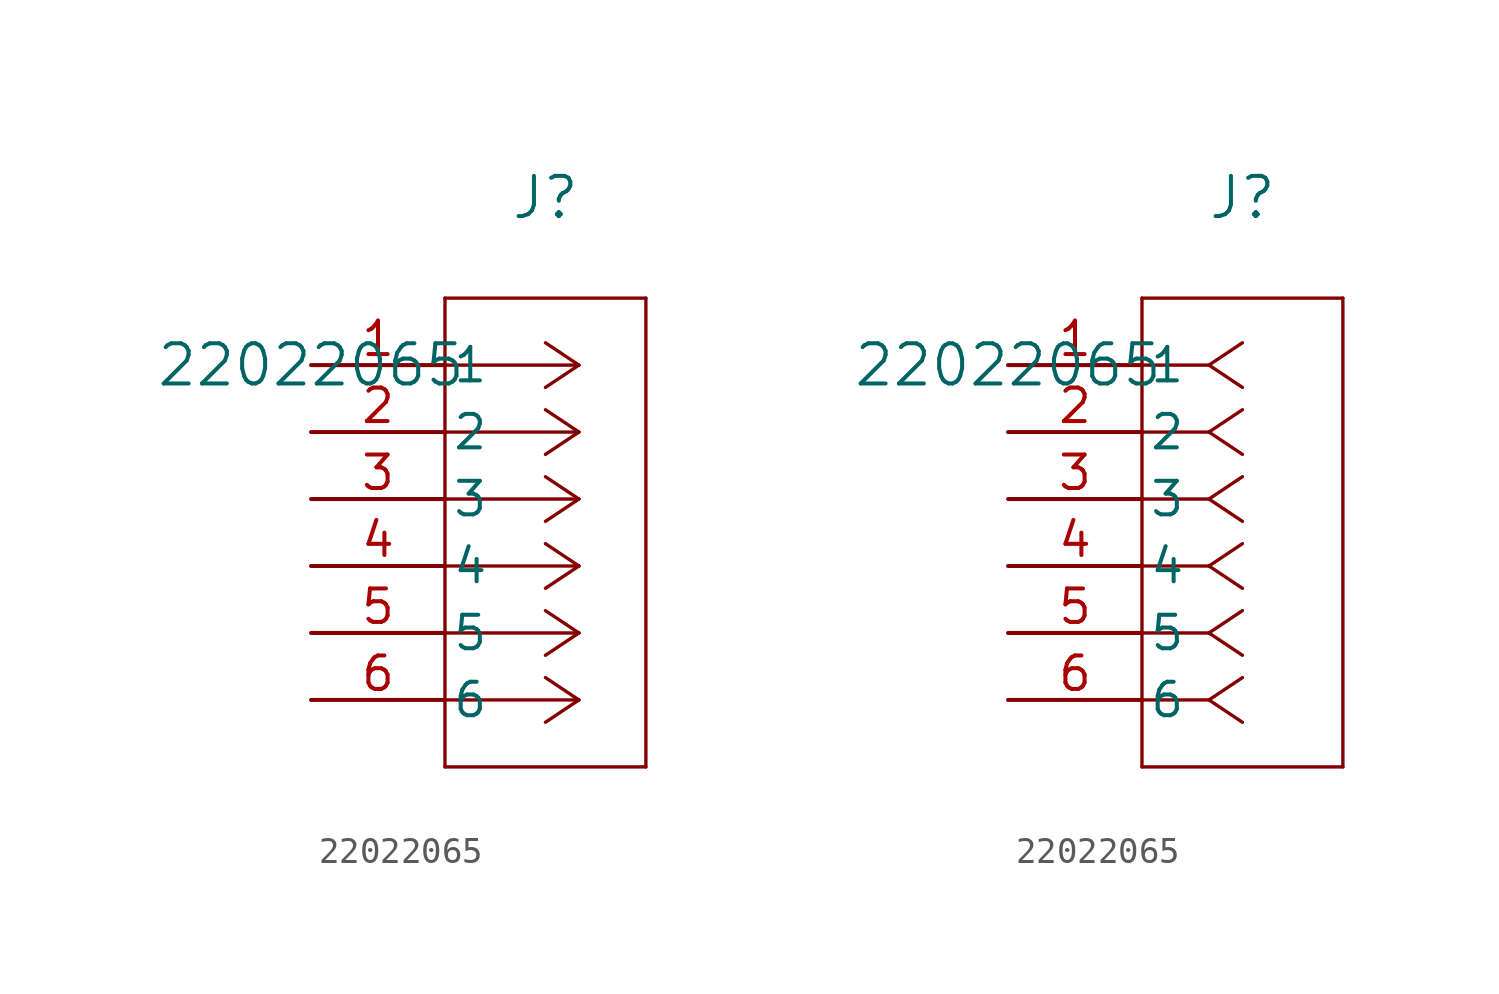
<source format=kicad_sym>
(kicad_symbol_lib
  (version 20211014)
  (generator kicad_symbol_editor)
  (symbol "22022065"
    (pin_names
      (offset 0.254))
    (property "Reference" "J"
      (at 8.89 6.35 0)
      (effects (font (size 1.524 1.524))))
    (property "Value" "22022065"
      (at 0 0 0)
      (effects (font (size 1.524 1.524))))
    (symbol "22022065_1_1"
      (polyline (pts (xy 10.16 0) (xy 5.08 0)) (stroke (width 0.127) (type default) (color 0 0 0 0)) (fill (type none)))
      (polyline (pts (xy 10.16 -2.54) (xy 5.08 -2.54)) (stroke (width 0.127) (type default) (color 0 0 0 0)) (fill (type none)))
      (polyline (pts (xy 10.16 -5.08) (xy 5.08 -5.08)) (stroke (width 0.127) (type default) (color 0 0 0 0)) (fill (type none)))
      (polyline (pts (xy 10.16 -7.62) (xy 5.08 -7.62)) (stroke (width 0.127) (type default) (color 0 0 0 0)) (fill (type none)))
      (polyline (pts (xy 10.16 -10.16) (xy 5.08 -10.16)) (stroke (width 0.127) (type default) (color 0 0 0 0)) (fill (type none)))
      (polyline (pts (xy 10.16 -12.7) (xy 5.08 -12.7)) (stroke (width 0.127) (type default) (color 0 0 0 0)) (fill (type none)))
      (polyline (pts (xy 10.16 0) (xy 8.89 0.847)) (stroke (width 0.127) (type default) (color 0 0 0 0)) (fill (type none)))
      (polyline (pts (xy 10.16 -2.54) (xy 8.89 -1.693)) (stroke (width 0.127) (type default) (color 0 0 0 0)) (fill (type none)))
      (polyline (pts (xy 10.16 -5.08) (xy 8.89 -4.233)) (stroke (width 0.127) (type default) (color 0 0 0 0)) (fill (type none)))
      (polyline (pts (xy 10.16 -7.62) (xy 8.89 -6.773)) (stroke (width 0.127) (type default) (color 0 0 0 0)) (fill (type none)))
      (polyline (pts (xy 10.16 -10.16) (xy 8.89 -9.313)) (stroke (width 0.127) (type default) (color 0 0 0 0)) (fill (type none)))
      (polyline (pts (xy 10.16 -12.7) (xy 8.89 -11.853)) (stroke (width 0.127) (type default) (color 0 0 0 0)) (fill (type none)))
      (polyline (pts (xy 10.16 0) (xy 8.89 -0.847)) (stroke (width 0.127) (type default) (color 0 0 0 0)) (fill (type none)))
      (polyline (pts (xy 10.16 -2.54) (xy 8.89 -3.387)) (stroke (width 0.127) (type default) (color 0 0 0 0)) (fill (type none)))
      (polyline (pts (xy 10.16 -5.08) (xy 8.89 -5.927)) (stroke (width 0.127) (type default) (color 0 0 0 0)) (fill (type none)))
      (polyline (pts (xy 10.16 -7.62) (xy 8.89 -8.467)) (stroke (width 0.127) (type default) (color 0 0 0 0)) (fill (type none)))
      (polyline (pts (xy 10.16 -10.16) (xy 8.89 -11.007)) (stroke (width 0.127) (type default) (color 0 0 0 0)) (fill (type none)))
      (polyline (pts (xy 10.16 -12.7) (xy 8.89 -13.547)) (stroke (width 0.127) (type default) (color 0 0 0 0)) (fill (type none)))
      (polyline (pts (xy 5.08 2.54) (xy 5.08 -15.24)) (stroke (width 0.127) (type default) (color 0 0 0 0)) (fill (type none)))
      (polyline (pts (xy 5.08 -15.24) (xy 12.7 -15.24)) (stroke (width 0.127) (type default) (color 0 0 0 0)) (fill (type none)))
      (polyline (pts (xy 12.7 -15.24) (xy 12.7 2.54)) (stroke (width 0.127) (type default) (color 0 0 0 0)) (fill (type none)))
      (polyline (pts (xy 12.7 2.54) (xy 5.08 2.54)) (stroke (width 0.127) (type default) (color 0 0 0 0)) (fill (type none)))
      (pin passive line (at 0 0 0) (length 5.08) (name "1" (effects (font (size 1.27 1.27)))) (number "1" (effects (font (size 1.27 1.27)))))
      (pin passive line (at 0 -2.54 0) (length 5.08) (name "2" (effects (font (size 1.27 1.27)))) (number "2" (effects (font (size 1.27 1.27)))))
      (pin passive line (at 0 -5.08 0) (length 5.08) (name "3" (effects (font (size 1.27 1.27)))) (number "3" (effects (font (size 1.27 1.27)))))
      (pin passive line (at 0 -7.62 0) (length 5.08) (name "4" (effects (font (size 1.27 1.27)))) (number "4" (effects (font (size 1.27 1.27)))))
      (pin passive line (at 0 -10.16 0) (length 5.08) (name "5" (effects (font (size 1.27 1.27)))) (number "5" (effects (font (size 1.27 1.27)))))
      (pin passive line (at 0 -12.7 0) (length 5.08) (name "6" (effects (font (size 1.27 1.27)))) (number "6" (effects (font (size 1.27 1.27))))))
    (symbol "22022065_1_2"
      (polyline (pts (xy 7.62 0) (xy 5.08 0)) (stroke (width 0.127) (type default) (color 0 0 0 0)) (fill (type none)))
      (polyline (pts (xy 7.62 -2.54) (xy 5.08 -2.54)) (stroke (width 0.127) (type default) (color 0 0 0 0)) (fill (type none)))
      (polyline (pts (xy 7.62 -5.08) (xy 5.08 -5.08)) (stroke (width 0.127) (type default) (color 0 0 0 0)) (fill (type none)))
      (polyline (pts (xy 7.62 -7.62) (xy 5.08 -7.62)) (stroke (width 0.127) (type default) (color 0 0 0 0)) (fill (type none)))
      (polyline (pts (xy 7.62 -10.16) (xy 5.08 -10.16)) (stroke (width 0.127) (type default) (color 0 0 0 0)) (fill (type none)))
      (polyline (pts (xy 7.62 -12.7) (xy 5.08 -12.7)) (stroke (width 0.127) (type default) (color 0 0 0 0)) (fill (type none)))
      (polyline (pts (xy 7.62 0) (xy 8.89 0.847)) (stroke (width 0.127) (type default) (color 0 0 0 0)) (fill (type none)))
      (polyline (pts (xy 7.62 -2.54) (xy 8.89 -1.693)) (stroke (width 0.127) (type default) (color 0 0 0 0)) (fill (type none)))
      (polyline (pts (xy 7.62 -5.08) (xy 8.89 -4.233)) (stroke (width 0.127) (type default) (color 0 0 0 0)) (fill (type none)))
      (polyline (pts (xy 7.62 -7.62) (xy 8.89 -6.773)) (stroke (width 0.127) (type default) (color 0 0 0 0)) (fill (type none)))
      (polyline (pts (xy 7.62 -10.16) (xy 8.89 -9.313)) (stroke (width 0.127) (type default) (color 0 0 0 0)) (fill (type none)))
      (polyline (pts (xy 7.62 -12.7) (xy 8.89 -11.853)) (stroke (width 0.127) (type default) (color 0 0 0 0)) (fill (type none)))
      (polyline (pts (xy 7.62 0) (xy 8.89 -0.847)) (stroke (width 0.127) (type default) (color 0 0 0 0)) (fill (type none)))
      (polyline (pts (xy 7.62 -2.54) (xy 8.89 -3.387)) (stroke (width 0.127) (type default) (color 0 0 0 0)) (fill (type none)))
      (polyline (pts (xy 7.62 -5.08) (xy 8.89 -5.927)) (stroke (width 0.127) (type default) (color 0 0 0 0)) (fill (type none)))
      (polyline (pts (xy 7.62 -7.62) (xy 8.89 -8.467)) (stroke (width 0.127) (type default) (color 0 0 0 0)) (fill (type none)))
      (polyline (pts (xy 7.62 -10.16) (xy 8.89 -11.007)) (stroke (width 0.127) (type default) (color 0 0 0 0)) (fill (type none)))
      (polyline (pts (xy 7.62 -12.7) (xy 8.89 -13.547)) (stroke (width 0.127) (type default) (color 0 0 0 0)) (fill (type none)))
      (polyline (pts (xy 5.08 2.54) (xy 5.08 -15.24)) (stroke (width 0.127) (type default) (color 0 0 0 0)) (fill (type none)))
      (polyline (pts (xy 5.08 -15.24) (xy 12.7 -15.24)) (stroke (width 0.127) (type default) (color 0 0 0 0)) (fill (type none)))
      (polyline (pts (xy 12.7 -15.24) (xy 12.7 2.54)) (stroke (width 0.127) (type default) (color 0 0 0 0)) (fill (type none)))
      (polyline (pts (xy 12.7 2.54) (xy 5.08 2.54)) (stroke (width 0.127) (type default) (color 0 0 0 0)) (fill (type none)))
      (pin passive line (at 0 0 0) (length 5.08) (name "1" (effects (font (size 1.27 1.27)))) (number "1" (effects (font (size 1.27 1.27)))))
      (pin passive line (at 0 -2.54 0) (length 5.08) (name "2" (effects (font (size 1.27 1.27)))) (number "2" (effects (font (size 1.27 1.27)))))
      (pin passive line (at 0 -5.08 0) (length 5.08) (name "3" (effects (font (size 1.27 1.27)))) (number "3" (effects (font (size 1.27 1.27)))))
      (pin passive line (at 0 -7.62 0) (length 5.08) (name "4" (effects (font (size 1.27 1.27)))) (number "4" (effects (font (size 1.27 1.27)))))
      (pin passive line (at 0 -10.16 0) (length 5.08) (name "5" (effects (font (size 1.27 1.27)))) (number "5" (effects (font (size 1.27 1.27)))))
      (pin passive line (at 0 -12.7 0) (length 5.08) (name "6" (effects (font (size 1.27 1.27)))) (number "6" (effects (font (size 1.27 1.27))))))))
</source>
